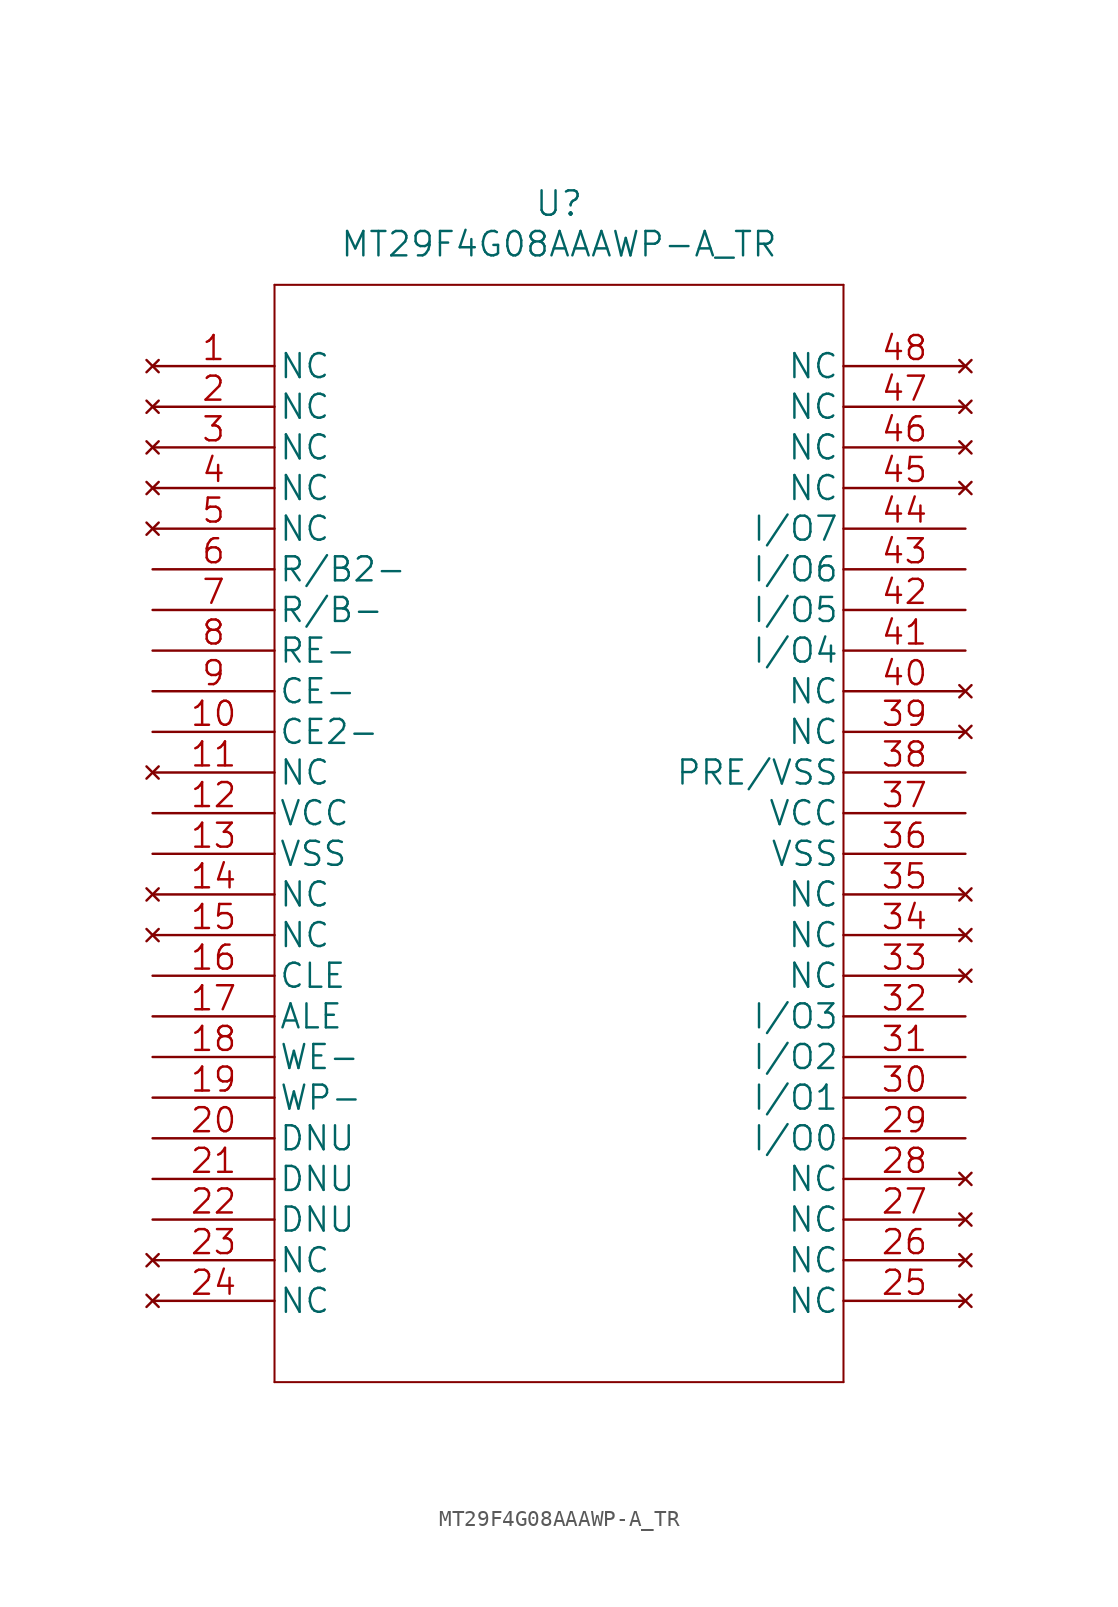
<source format=kicad_sym>
(kicad_symbol_lib
  (version 20201005)
  (generator kicad_symbol_editor)
  (symbol "MT29F4G08AAAWP-A_TR"
    (pin_names
      (offset 0.254))
    (property "Reference" "U"
      (at 25.4 10.16 0)
      (effects (font (size 1.524 1.524))))
    (property "Value" "MT29F4G08AAAWP-A_TR"
      (at 25.4 7.62 0)
      (effects (font (size 1.524 1.524))))
    (property "Datasheet" ""
      (at 0 0 0)
      (effects (font (size 1.524 1.524))))
    (property "ki_locked" ""
      (at 0 0 0)
      (effects (font (size 1.27 1.27))))
    (symbol "MT29F4G08AAAWP-A_TR_1_1"
      (polyline (pts (xy 7.62 -63.5) (xy 43.18 -63.5)) (stroke (width 0.127)) (fill (type none)))
      (polyline (pts (xy 7.62 5.08) (xy 7.62 -63.5)) (stroke (width 0.127)) (fill (type none)))
      (polyline (pts (xy 43.18 -63.5) (xy 43.18 5.08)) (stroke (width 0.127)) (fill (type none)))
      (polyline (pts (xy 43.18 5.08) (xy 7.62 5.08)) (stroke (width 0.127)) (fill (type none)))
      (pin no_connect line (at 0 0 0) (length 7.62) (name "NC" (effects (font (size 1.499 1.499)))) (number "1" (effects (font (size 1.499 1.499)))))
      (pin unspecified line (at 0 -22.86 0) (length 7.62) (name "CE2-" (effects (font (size 1.499 1.499)))) (number "10" (effects (font (size 1.499 1.499)))))
      (pin no_connect line (at 0 -25.4 0) (length 7.62) (name "NC" (effects (font (size 1.499 1.499)))) (number "11" (effects (font (size 1.499 1.499)))))
      (pin power_in line (at 0 -27.94 0) (length 7.62) (name "VCC" (effects (font (size 1.499 1.499)))) (number "12" (effects (font (size 1.499 1.499)))))
      (pin power_in line (at 0 -30.48 0) (length 7.62) (name "VSS" (effects (font (size 1.499 1.499)))) (number "13" (effects (font (size 1.499 1.499)))))
      (pin no_connect line (at 0 -33.02 0) (length 7.62) (name "NC" (effects (font (size 1.499 1.499)))) (number "14" (effects (font (size 1.499 1.499)))))
      (pin no_connect line (at 0 -35.56 0) (length 7.62) (name "NC" (effects (font (size 1.499 1.499)))) (number "15" (effects (font (size 1.499 1.499)))))
      (pin unspecified line (at 0 -38.1 0) (length 7.62) (name "CLE" (effects (font (size 1.499 1.499)))) (number "16" (effects (font (size 1.499 1.499)))))
      (pin unspecified line (at 0 -40.64 0) (length 7.62) (name "ALE" (effects (font (size 1.499 1.499)))) (number "17" (effects (font (size 1.499 1.499)))))
      (pin unspecified line (at 0 -43.18 0) (length 7.62) (name "WE-" (effects (font (size 1.499 1.499)))) (number "18" (effects (font (size 1.499 1.499)))))
      (pin unspecified line (at 0 -45.72 0) (length 7.62) (name "WP-" (effects (font (size 1.499 1.499)))) (number "19" (effects (font (size 1.499 1.499)))))
      (pin no_connect line (at 0 -2.54 0) (length 7.62) (name "NC" (effects (font (size 1.499 1.499)))) (number "2" (effects (font (size 1.499 1.499)))))
      (pin unspecified line (at 0 -48.26 0) (length 7.62) (name "DNU" (effects (font (size 1.499 1.499)))) (number "20" (effects (font (size 1.499 1.499)))))
      (pin unspecified line (at 0 -50.8 0) (length 7.62) (name "DNU" (effects (font (size 1.499 1.499)))) (number "21" (effects (font (size 1.499 1.499)))))
      (pin unspecified line (at 0 -53.34 0) (length 7.62) (name "DNU" (effects (font (size 1.499 1.499)))) (number "22" (effects (font (size 1.499 1.499)))))
      (pin no_connect line (at 0 -55.88 0) (length 7.62) (name "NC" (effects (font (size 1.499 1.499)))) (number "23" (effects (font (size 1.499 1.499)))))
      (pin no_connect line (at 0 -58.42 0) (length 7.62) (name "NC" (effects (font (size 1.499 1.499)))) (number "24" (effects (font (size 1.499 1.499)))))
      (pin no_connect line (at 50.8 -58.42 180) (length 7.62) (name "NC" (effects (font (size 1.499 1.499)))) (number "25" (effects (font (size 1.499 1.499)))))
      (pin no_connect line (at 50.8 -55.88 180) (length 7.62) (name "NC" (effects (font (size 1.499 1.499)))) (number "26" (effects (font (size 1.499 1.499)))))
      (pin no_connect line (at 50.8 -53.34 180) (length 7.62) (name "NC" (effects (font (size 1.499 1.499)))) (number "27" (effects (font (size 1.499 1.499)))))
      (pin no_connect line (at 50.8 -50.8 180) (length 7.62) (name "NC" (effects (font (size 1.499 1.499)))) (number "28" (effects (font (size 1.499 1.499)))))
      (pin bidirectional line (at 50.8 -48.26 180) (length 7.62) (name "I/O0" (effects (font (size 1.499 1.499)))) (number "29" (effects (font (size 1.499 1.499)))))
      (pin no_connect line (at 0 -5.08 0) (length 7.62) (name "NC" (effects (font (size 1.499 1.499)))) (number "3" (effects (font (size 1.499 1.499)))))
      (pin bidirectional line (at 50.8 -45.72 180) (length 7.62) (name "I/O1" (effects (font (size 1.499 1.499)))) (number "30" (effects (font (size 1.499 1.499)))))
      (pin bidirectional line (at 50.8 -43.18 180) (length 7.62) (name "I/O2" (effects (font (size 1.499 1.499)))) (number "31" (effects (font (size 1.499 1.499)))))
      (pin bidirectional line (at 50.8 -40.64 180) (length 7.62) (name "I/O3" (effects (font (size 1.499 1.499)))) (number "32" (effects (font (size 1.499 1.499)))))
      (pin no_connect line (at 50.8 -38.1 180) (length 7.62) (name "NC" (effects (font (size 1.499 1.499)))) (number "33" (effects (font (size 1.499 1.499)))))
      (pin no_connect line (at 50.8 -35.56 180) (length 7.62) (name "NC" (effects (font (size 1.499 1.499)))) (number "34" (effects (font (size 1.499 1.499)))))
      (pin no_connect line (at 50.8 -33.02 180) (length 7.62) (name "NC" (effects (font (size 1.499 1.499)))) (number "35" (effects (font (size 1.499 1.499)))))
      (pin power_in line (at 50.8 -30.48 180) (length 7.62) (name "VSS" (effects (font (size 1.499 1.499)))) (number "36" (effects (font (size 1.499 1.499)))))
      (pin power_in line (at 50.8 -27.94 180) (length 7.62) (name "VCC" (effects (font (size 1.499 1.499)))) (number "37" (effects (font (size 1.499 1.499)))))
      (pin power_in line (at 50.8 -25.4 180) (length 7.62) (name "PRE/VSS" (effects (font (size 1.499 1.499)))) (number "38" (effects (font (size 1.499 1.499)))))
      (pin no_connect line (at 50.8 -22.86 180) (length 7.62) (name "NC" (effects (font (size 1.499 1.499)))) (number "39" (effects (font (size 1.499 1.499)))))
      (pin no_connect line (at 0 -7.62 0) (length 7.62) (name "NC" (effects (font (size 1.499 1.499)))) (number "4" (effects (font (size 1.499 1.499)))))
      (pin no_connect line (at 50.8 -20.32 180) (length 7.62) (name "NC" (effects (font (size 1.499 1.499)))) (number "40" (effects (font (size 1.499 1.499)))))
      (pin bidirectional line (at 50.8 -17.78 180) (length 7.62) (name "I/O4" (effects (font (size 1.499 1.499)))) (number "41" (effects (font (size 1.499 1.499)))))
      (pin bidirectional line (at 50.8 -15.24 180) (length 7.62) (name "I/O5" (effects (font (size 1.499 1.499)))) (number "42" (effects (font (size 1.499 1.499)))))
      (pin bidirectional line (at 50.8 -12.7 180) (length 7.62) (name "I/O6" (effects (font (size 1.499 1.499)))) (number "43" (effects (font (size 1.499 1.499)))))
      (pin bidirectional line (at 50.8 -10.16 180) (length 7.62) (name "I/O7" (effects (font (size 1.499 1.499)))) (number "44" (effects (font (size 1.499 1.499)))))
      (pin no_connect line (at 50.8 -7.62 180) (length 7.62) (name "NC" (effects (font (size 1.499 1.499)))) (number "45" (effects (font (size 1.499 1.499)))))
      (pin no_connect line (at 50.8 -5.08 180) (length 7.62) (name "NC" (effects (font (size 1.499 1.499)))) (number "46" (effects (font (size 1.499 1.499)))))
      (pin no_connect line (at 50.8 -2.54 180) (length 7.62) (name "NC" (effects (font (size 1.499 1.499)))) (number "47" (effects (font (size 1.499 1.499)))))
      (pin no_connect line (at 50.8 0 180) (length 7.62) (name "NC" (effects (font (size 1.499 1.499)))) (number "48" (effects (font (size 1.499 1.499)))))
      (pin no_connect line (at 0 -10.16 0) (length 7.62) (name "NC" (effects (font (size 1.499 1.499)))) (number "5" (effects (font (size 1.499 1.499)))))
      (pin unspecified line (at 0 -12.7 0) (length 7.62) (name "R/B2-" (effects (font (size 1.499 1.499)))) (number "6" (effects (font (size 1.499 1.499)))))
      (pin unspecified line (at 0 -15.24 0) (length 7.62) (name "R/B-" (effects (font (size 1.499 1.499)))) (number "7" (effects (font (size 1.499 1.499)))))
      (pin unspecified line (at 0 -17.78 0) (length 7.62) (name "RE-" (effects (font (size 1.499 1.499)))) (number "8" (effects (font (size 1.499 1.499)))))
      (pin unspecified line (at 0 -20.32 0) (length 7.62) (name "CE-" (effects (font (size 1.499 1.499)))) (number "9" (effects (font (size 1.499 1.499))))))))
</source>
